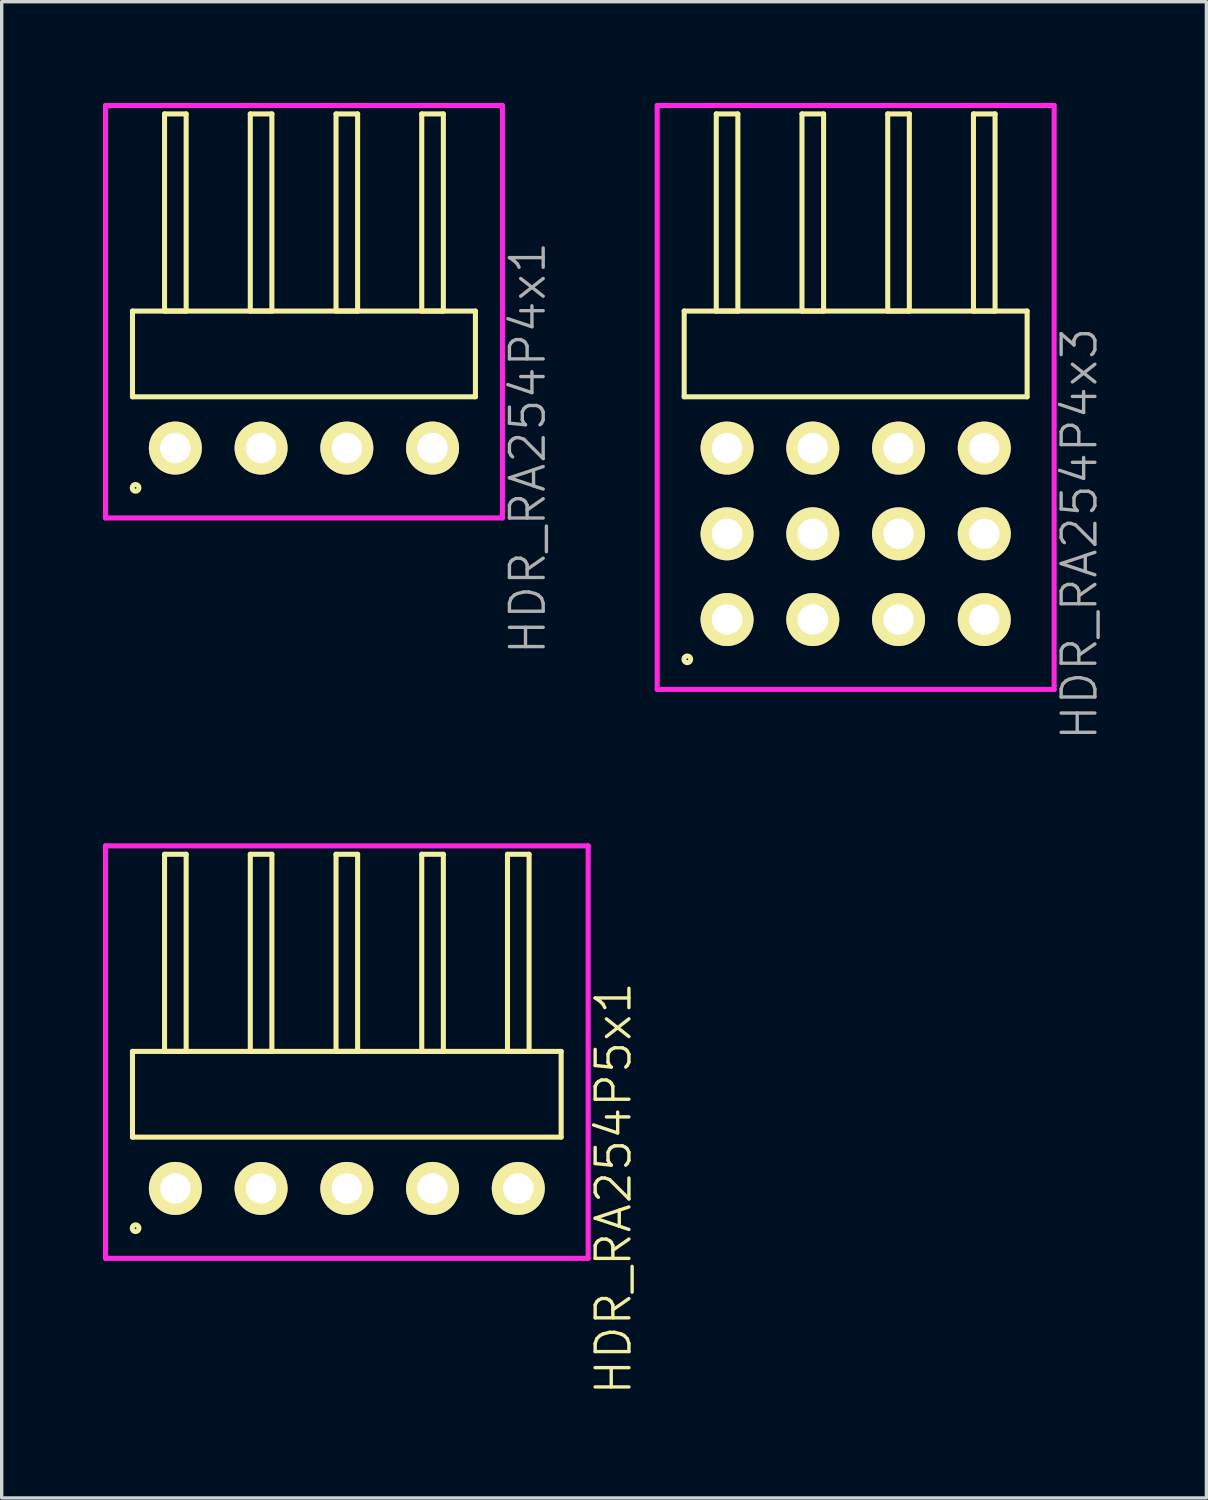
<source format=kicad_pcb>
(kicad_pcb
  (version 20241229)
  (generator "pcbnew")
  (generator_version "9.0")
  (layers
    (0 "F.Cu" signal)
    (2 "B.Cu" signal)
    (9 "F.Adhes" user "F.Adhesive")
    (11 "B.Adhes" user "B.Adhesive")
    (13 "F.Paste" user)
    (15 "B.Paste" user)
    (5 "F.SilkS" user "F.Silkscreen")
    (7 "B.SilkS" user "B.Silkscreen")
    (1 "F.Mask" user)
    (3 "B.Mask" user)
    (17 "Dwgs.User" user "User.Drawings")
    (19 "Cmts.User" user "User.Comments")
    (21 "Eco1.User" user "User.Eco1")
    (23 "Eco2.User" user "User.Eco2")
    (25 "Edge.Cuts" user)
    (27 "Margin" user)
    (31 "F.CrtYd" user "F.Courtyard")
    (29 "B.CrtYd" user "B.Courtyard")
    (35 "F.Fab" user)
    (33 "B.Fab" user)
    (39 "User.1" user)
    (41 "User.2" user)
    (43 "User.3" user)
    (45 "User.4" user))
  (footprint "HDR_RA254P4x1"
    (layer "F.Cu")
    (at 5.955 10.225)
    (property "Reference" "HDR_RA254P4x1" (at 6.63 0 90) (layer "F.Fab") (effects (font (size 1 1) (thickness 0.1))))
    (attr through_hole)
    (fp_line (start -5.08 -4.06) (end -5.08 -1.52) (stroke (width 0.15) (type solid)) (layer "F.SilkS"))
    (fp_line (start -5.08 -1.52) (end 5.08 -1.52) (stroke (width 0.15) (type solid)) (layer "F.SilkS"))
    (fp_line (start -4.13 -9.9) (end -4.13 -4.06) (stroke (width 0.15) (type solid)) (layer "F.SilkS"))
    (fp_line (start -4.13 -4.06) (end -3.49 -4.06) (stroke (width 0.15) (type solid)) (layer "F.SilkS"))
    (fp_line (start -3.49 -9.9) (end -4.13 -9.9) (stroke (width 0.15) (type solid)) (layer "F.SilkS"))
    (fp_line (start -3.49 -4.06) (end -3.49 -9.9) (stroke (width 0.15) (type solid)) (layer "F.SilkS"))
    (fp_line (start -1.59 -9.9) (end -1.59 -4.06) (stroke (width 0.15) (type solid)) (layer "F.SilkS"))
    (fp_line (start -1.59 -4.06) (end -0.95 -4.06) (stroke (width 0.15) (type solid)) (layer "F.SilkS"))
    (fp_line (start -0.95 -9.9) (end -1.59 -9.9) (stroke (width 0.15) (type solid)) (layer "F.SilkS"))
    (fp_line (start -0.95 -4.06) (end -0.95 -9.9) (stroke (width 0.15) (type solid)) (layer "F.SilkS"))
    (fp_line (start 0.95 -9.9) (end 0.95 -4.06) (stroke (width 0.15) (type solid)) (layer "F.SilkS"))
    (fp_line (start 0.95 -4.06) (end 1.59 -4.06) (stroke (width 0.15) (type solid)) (layer "F.SilkS"))
    (fp_line (start 1.59 -9.9) (end 0.95 -9.9) (stroke (width 0.15) (type solid)) (layer "F.SilkS"))
    (fp_line (start 1.59 -4.06) (end 1.59 -9.9) (stroke (width 0.15) (type solid)) (layer "F.SilkS"))
    (fp_line (start 3.49 -9.9) (end 3.49 -4.06) (stroke (width 0.15) (type solid)) (layer "F.SilkS"))
    (fp_line (start 3.49 -4.06) (end 4.13 -4.06) (stroke (width 0.15) (type solid)) (layer "F.SilkS"))
    (fp_line (start 4.13 -9.9) (end 3.49 -9.9) (stroke (width 0.15) (type solid)) (layer "F.SilkS"))
    (fp_line (start 4.13 -4.06) (end 4.13 -9.9) (stroke (width 0.15) (type solid)) (layer "F.SilkS"))
    (fp_line (start 5.08 -4.06) (end -5.08 -4.06) (stroke (width 0.15) (type solid)) (layer "F.SilkS"))
    (fp_line (start 5.08 -1.52) (end 5.08 -4.06) (stroke (width 0.15) (type solid)) (layer "F.SilkS"))
    (fp_circle (center -4.988 1.178) (end -4.888 1.178) (stroke (width 0.15) (type solid)) (fill no) (layer "F.SilkS"))
    (fp_line (start -5.88 -10.15) (end -5.88 2.07) (stroke (width 0.15) (type solid)) (layer "F.CrtYd"))
    (fp_line (start -5.88 2.07) (end 5.88 2.07) (stroke (width 0.15) (type solid)) (layer "F.CrtYd"))
    (fp_line (start 5.88 -10.15) (end -5.88 -10.15) (stroke (width 0.15) (type solid)) (layer "F.CrtYd"))
    (fp_line (start 5.88 2.07) (end 5.88 -10.15) (stroke (width 0.15) (type solid)) (layer "F.CrtYd"))
    (pad "1" thru_hole oval (at -3.81 0) (size 1.57 1.57) (drill 0.9) (layers "*.Cu" "*.Mask" "F.SilkS"))
    (pad "2" thru_hole oval (at -1.27 0) (size 1.57 1.57) (drill 0.9) (layers "*.Cu" "*.Mask" "F.SilkS"))
    (pad "3" thru_hole oval (at 1.27 0) (size 1.57 1.57) (drill 0.9) (layers "*.Cu" "*.Mask" "F.SilkS"))
    (pad "4" thru_hole oval (at 3.81 0) (size 1.57 1.57) (drill 0.9) (layers "*.Cu" "*.Mask" "F.SilkS")))
  (footprint "HDR_RA254P5x1"
    (layer "F.Cu")
    (at 7.225 32.159)
    (property "Reference" "HDR_RA254P5x1" (at 7.9 0 90) (layer "F.SilkS") (effects (font (size 1 1) (thickness 0.1))))
    (attr through_hole)
    (fp_line (start -6.35 -4.06) (end -6.35 -1.52) (stroke (width 0.15) (type solid)) (layer "F.SilkS"))
    (fp_line (start -6.35 -1.52) (end 6.35 -1.52) (stroke (width 0.15) (type solid)) (layer "F.SilkS"))
    (fp_line (start -5.4 -9.9) (end -5.4 -4.06) (stroke (width 0.15) (type solid)) (layer "F.SilkS"))
    (fp_line (start -5.4 -4.06) (end -4.76 -4.06) (stroke (width 0.15) (type solid)) (layer "F.SilkS"))
    (fp_line (start -4.76 -9.9) (end -5.4 -9.9) (stroke (width 0.15) (type solid)) (layer "F.SilkS"))
    (fp_line (start -4.76 -4.06) (end -4.76 -9.9) (stroke (width 0.15) (type solid)) (layer "F.SilkS"))
    (fp_line (start -2.86 -9.9) (end -2.86 -4.06) (stroke (width 0.15) (type solid)) (layer "F.SilkS"))
    (fp_line (start -2.86 -4.06) (end -2.22 -4.06) (stroke (width 0.15) (type solid)) (layer "F.SilkS"))
    (fp_line (start -2.22 -9.9) (end -2.86 -9.9) (stroke (width 0.15) (type solid)) (layer "F.SilkS"))
    (fp_line (start -2.22 -4.06) (end -2.22 -9.9) (stroke (width 0.15) (type solid)) (layer "F.SilkS"))
    (fp_line (start -0.32 -9.9) (end -0.32 -4.06) (stroke (width 0.15) (type solid)) (layer "F.SilkS"))
    (fp_line (start -0.32 -4.06) (end 0.32 -4.06) (stroke (width 0.15) (type solid)) (layer "F.SilkS"))
    (fp_line (start 0.32 -9.9) (end -0.32 -9.9) (stroke (width 0.15) (type solid)) (layer "F.SilkS"))
    (fp_line (start 0.32 -4.06) (end 0.32 -9.9) (stroke (width 0.15) (type solid)) (layer "F.SilkS"))
    (fp_line (start 2.22 -9.9) (end 2.22 -4.06) (stroke (width 0.15) (type solid)) (layer "F.SilkS"))
    (fp_line (start 2.22 -4.06) (end 2.86 -4.06) (stroke (width 0.15) (type solid)) (layer "F.SilkS"))
    (fp_line (start 2.86 -9.9) (end 2.22 -9.9) (stroke (width 0.15) (type solid)) (layer "F.SilkS"))
    (fp_line (start 2.86 -4.06) (end 2.86 -9.9) (stroke (width 0.15) (type solid)) (layer "F.SilkS"))
    (fp_line (start 4.76 -9.9) (end 4.76 -4.06) (stroke (width 0.15) (type solid)) (layer "F.SilkS"))
    (fp_line (start 4.76 -4.06) (end 5.4 -4.06) (stroke (width 0.15) (type solid)) (layer "F.SilkS"))
    (fp_line (start 5.4 -9.9) (end 4.76 -9.9) (stroke (width 0.15) (type solid)) (layer "F.SilkS"))
    (fp_line (start 5.4 -4.06) (end 5.4 -9.9) (stroke (width 0.15) (type solid)) (layer "F.SilkS"))
    (fp_line (start 6.35 -4.06) (end -6.35 -4.06) (stroke (width 0.15) (type solid)) (layer "F.SilkS"))
    (fp_line (start 6.35 -1.52) (end 6.35 -4.06) (stroke (width 0.15) (type solid)) (layer "F.SilkS"))
    (fp_circle (center -6.258 1.178) (end -6.158 1.178) (stroke (width 0.15) (type solid)) (fill no) (layer "F.SilkS"))
    (fp_line (start -7.15 -10.15) (end -7.15 2.07) (stroke (width 0.15) (type solid)) (layer "F.CrtYd"))
    (fp_line (start -7.15 2.07) (end 7.15 2.07) (stroke (width 0.15) (type solid)) (layer "F.CrtYd"))
    (fp_line (start 7.15 -10.15) (end -7.15 -10.15) (stroke (width 0.15) (type solid)) (layer "F.CrtYd"))
    (fp_line (start 7.15 2.07) (end 7.15 -10.15) (stroke (width 0.15) (type solid)) (layer "F.CrtYd"))
    (pad "1" thru_hole oval (at -5.08 0) (size 1.57 1.57) (drill 0.9) (layers "*.Cu" "*.Mask" "F.SilkS"))
    (pad "2" thru_hole oval (at -2.54 0) (size 1.57 1.57) (drill 0.9) (layers "*.Cu" "*.Mask" "F.SilkS"))
    (pad "3" thru_hole oval (at 0 0) (size 1.57 1.57) (drill 0.9) (layers "*.Cu" "*.Mask" "F.SilkS"))
    (pad "4" thru_hole oval (at 2.54 0) (size 1.57 1.57) (drill 0.9) (layers "*.Cu" "*.Mask" "F.SilkS"))
    (pad "5" thru_hole oval (at 5.08 0) (size 1.57 1.57) (drill 0.9) (layers "*.Cu" "*.Mask" "F.SilkS")))
  (footprint "HDR_RA254P4x3"
    (layer "F.Cu")
    (at 22.3 12.765)
    (property "Reference" "HDR_RA254P4x3" (at 6.63 0 90) (layer "F.Fab") (effects (font (size 1 1) (thickness 0.1))))
    (attr through_hole)
    (fp_line (start -5.08 -6.6) (end -5.08 -4.06) (stroke (width 0.15) (type solid)) (layer "F.SilkS"))
    (fp_line (start -5.08 -4.06) (end 5.08 -4.06) (stroke (width 0.15) (type solid)) (layer "F.SilkS"))
    (fp_line (start -4.13 -12.44) (end -4.13 -6.6) (stroke (width 0.15) (type solid)) (layer "F.SilkS"))
    (fp_line (start -4.13 -6.6) (end -3.49 -6.6) (stroke (width 0.15) (type solid)) (layer "F.SilkS"))
    (fp_line (start -3.49 -12.44) (end -4.13 -12.44) (stroke (width 0.15) (type solid)) (layer "F.SilkS"))
    (fp_line (start -3.49 -6.6) (end -3.49 -12.44) (stroke (width 0.15) (type solid)) (layer "F.SilkS"))
    (fp_line (start -1.59 -12.44) (end -1.59 -6.6) (stroke (width 0.15) (type solid)) (layer "F.SilkS"))
    (fp_line (start -1.59 -6.6) (end -0.95 -6.6) (stroke (width 0.15) (type solid)) (layer "F.SilkS"))
    (fp_line (start -0.95 -12.44) (end -1.59 -12.44) (stroke (width 0.15) (type solid)) (layer "F.SilkS"))
    (fp_line (start -0.95 -6.6) (end -0.95 -12.44) (stroke (width 0.15) (type solid)) (layer "F.SilkS"))
    (fp_line (start 0.95 -12.44) (end 0.95 -6.6) (stroke (width 0.15) (type solid)) (layer "F.SilkS"))
    (fp_line (start 0.95 -6.6) (end 1.59 -6.6) (stroke (width 0.15) (type solid)) (layer "F.SilkS"))
    (fp_line (start 1.59 -12.44) (end 0.95 -12.44) (stroke (width 0.15) (type solid)) (layer "F.SilkS"))
    (fp_line (start 1.59 -6.6) (end 1.59 -12.44) (stroke (width 0.15) (type solid)) (layer "F.SilkS"))
    (fp_line (start 3.49 -12.44) (end 3.49 -6.6) (stroke (width 0.15) (type solid)) (layer "F.SilkS"))
    (fp_line (start 3.49 -6.6) (end 4.13 -6.6) (stroke (width 0.15) (type solid)) (layer "F.SilkS"))
    (fp_line (start 4.13 -12.44) (end 3.49 -12.44) (stroke (width 0.15) (type solid)) (layer "F.SilkS"))
    (fp_line (start 4.13 -6.6) (end 4.13 -12.44) (stroke (width 0.15) (type solid)) (layer "F.SilkS"))
    (fp_line (start 5.08 -6.6) (end -5.08 -6.6) (stroke (width 0.15) (type solid)) (layer "F.SilkS"))
    (fp_line (start 5.08 -4.06) (end 5.08 -6.6) (stroke (width 0.15) (type solid)) (layer "F.SilkS"))
    (fp_circle (center -4.988 3.718) (end -4.888 3.718) (stroke (width 0.15) (type solid)) (fill no) (layer "F.SilkS"))
    (fp_line (start -5.88 -12.69) (end -5.88 4.61) (stroke (width 0.15) (type solid)) (layer "F.CrtYd"))
    (fp_line (start -5.88 4.61) (end 5.88 4.61) (stroke (width 0.15) (type solid)) (layer "F.CrtYd"))
    (fp_line (start 5.88 -12.69) (end -5.88 -12.69) (stroke (width 0.15) (type solid)) (layer "F.CrtYd"))
    (fp_line (start 5.88 4.61) (end 5.88 -12.69) (stroke (width 0.15) (type solid)) (layer "F.CrtYd"))
    (pad "1" thru_hole oval (at -3.81 2.54) (size 1.57 1.57) (drill 0.9) (layers "*.Cu" "*.Mask" "F.SilkS"))
    (pad "2" thru_hole oval (at -3.81 0) (size 1.57 1.57) (drill 0.9) (layers "*.Cu" "*.Mask" "F.SilkS"))
    (pad "3" thru_hole oval (at -3.81 -2.54) (size 1.57 1.57) (drill 0.9) (layers "*.Cu" "*.Mask" "F.SilkS"))
    (pad "4" thru_hole oval (at -1.27 2.54) (size 1.57 1.57) (drill 0.9) (layers "*.Cu" "*.Mask" "F.SilkS"))
    (pad "5" thru_hole oval (at -1.27 0) (size 1.57 1.57) (drill 0.9) (layers "*.Cu" "*.Mask" "F.SilkS"))
    (pad "6" thru_hole oval (at -1.27 -2.54) (size 1.57 1.57) (drill 0.9) (layers "*.Cu" "*.Mask" "F.SilkS"))
    (pad "7" thru_hole oval (at 1.27 2.54) (size 1.57 1.57) (drill 0.9) (layers "*.Cu" "*.Mask" "F.SilkS"))
    (pad "8" thru_hole oval (at 1.27 0) (size 1.57 1.57) (drill 0.9) (layers "*.Cu" "*.Mask" "F.SilkS"))
    (pad "9" thru_hole oval (at 1.27 -2.54) (size 1.57 1.57) (drill 0.9) (layers "*.Cu" "*.Mask" "F.SilkS"))
    (pad "10" thru_hole oval (at 3.81 2.54) (size 1.57 1.57) (drill 0.9) (layers "*.Cu" "*.Mask" "F.SilkS"))
    (pad "11" thru_hole oval (at 3.81 0) (size 1.57 1.57) (drill 0.9) (layers "*.Cu" "*.Mask" "F.SilkS"))
    (pad "12" thru_hole oval (at 3.81 -2.54) (size 1.57 1.57) (drill 0.9) (layers "*.Cu" "*.Mask" "F.SilkS")))
  (gr_rect
    (start -3 -3)
    (end 32.691 41.328)
    (stroke (width 0.1) (type default))
    (fill no)
    (layer "Edge.Cuts")))
</source>
